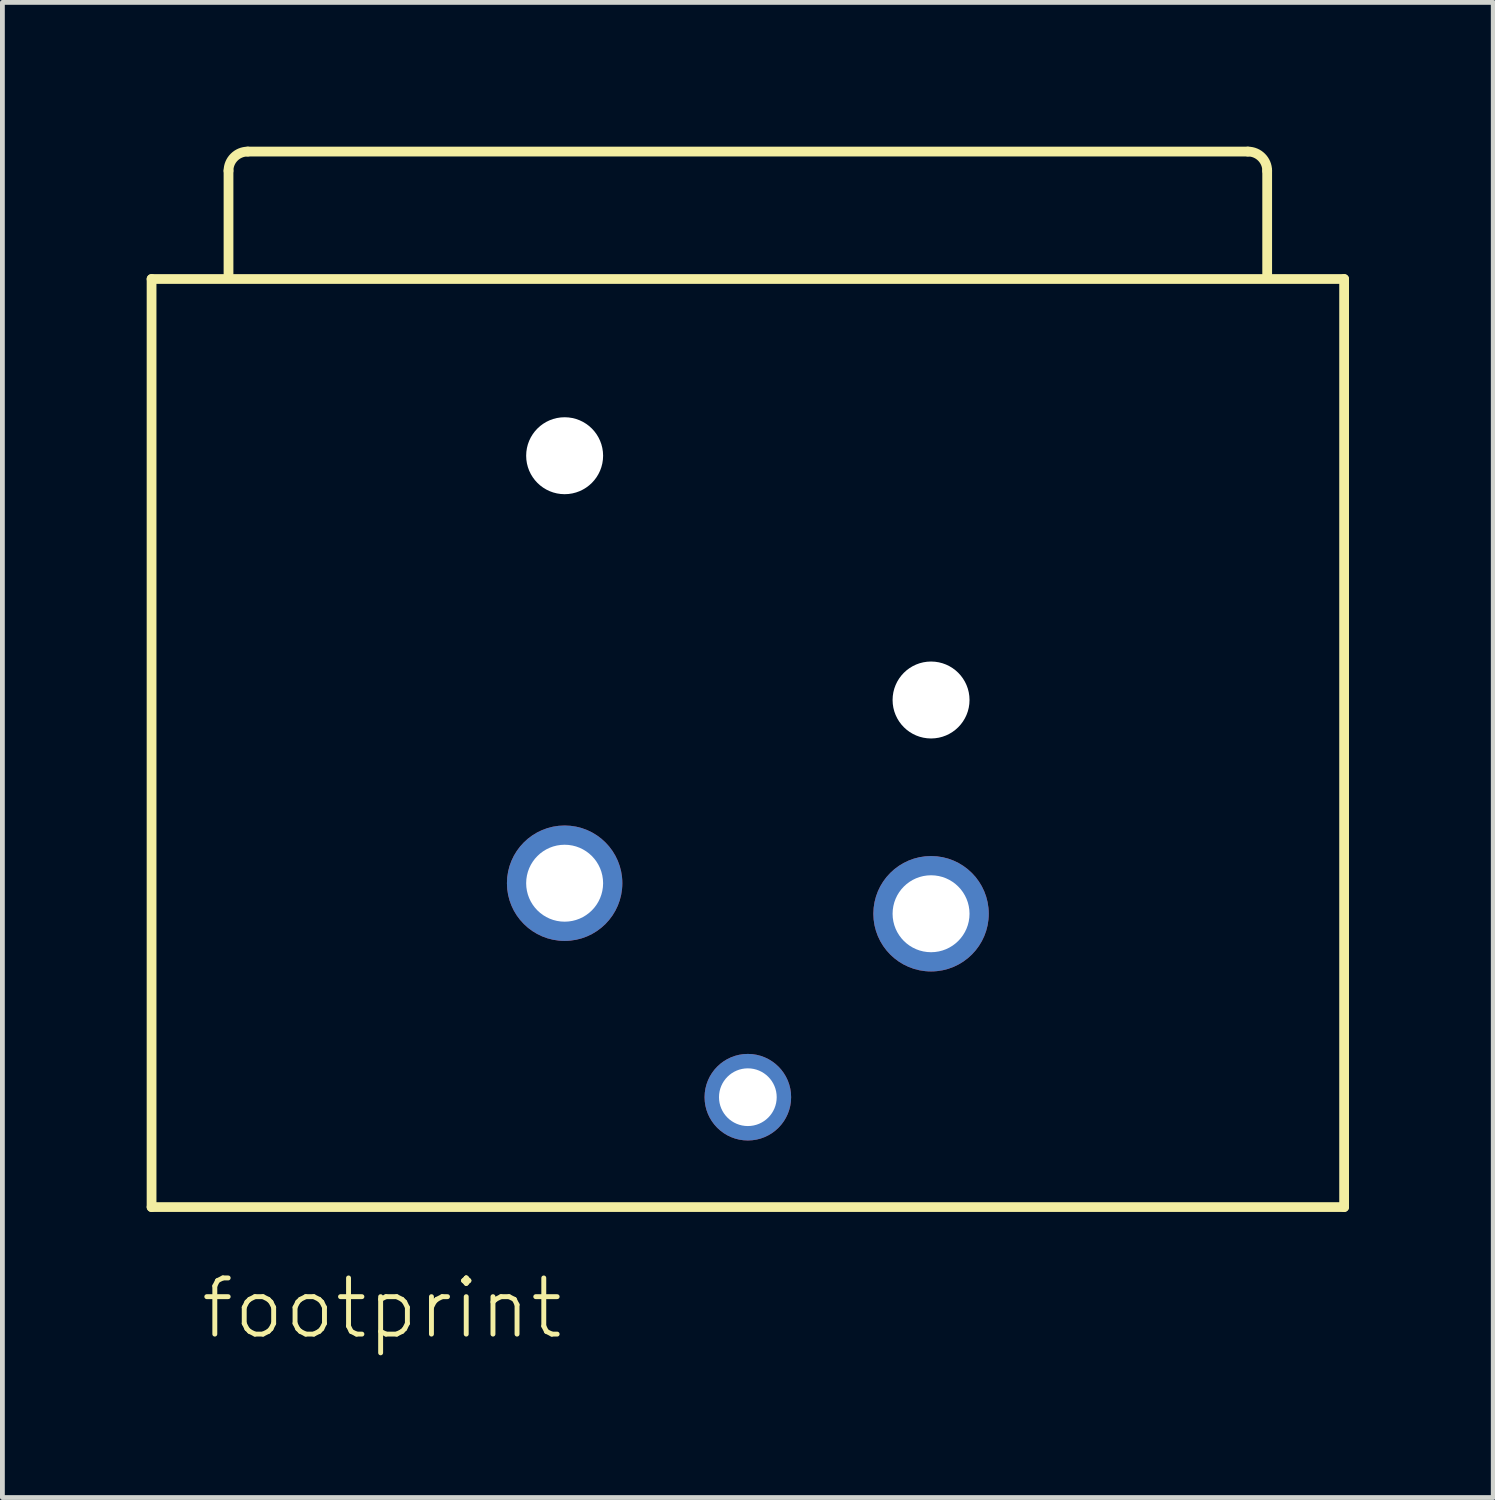
<source format=kicad_pcb>
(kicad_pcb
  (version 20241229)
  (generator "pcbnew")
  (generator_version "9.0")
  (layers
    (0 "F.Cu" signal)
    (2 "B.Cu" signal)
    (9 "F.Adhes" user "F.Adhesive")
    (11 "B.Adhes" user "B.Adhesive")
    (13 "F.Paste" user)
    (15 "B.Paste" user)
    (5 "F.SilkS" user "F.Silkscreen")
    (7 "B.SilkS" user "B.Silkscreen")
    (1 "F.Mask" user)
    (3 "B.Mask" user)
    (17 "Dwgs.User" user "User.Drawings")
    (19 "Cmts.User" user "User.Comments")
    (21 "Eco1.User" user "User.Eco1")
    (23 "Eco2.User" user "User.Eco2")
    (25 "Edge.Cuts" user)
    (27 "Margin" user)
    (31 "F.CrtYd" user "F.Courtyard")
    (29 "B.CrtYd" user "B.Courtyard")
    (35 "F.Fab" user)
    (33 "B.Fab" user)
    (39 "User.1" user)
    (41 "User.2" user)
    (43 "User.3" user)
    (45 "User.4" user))
  (footprint "footprint"
    (layer "F.Cu")
    (at 12.502 15.952)
    (property "Reference" "footprint" (at -11.43 8.89 0) (layer "F.SilkS") (effects (font (size 1.168 1.168) (thickness 0.102)) (justify left bottom)))
    (fp_line (start -12.4 -13.2) (end 12.4 -13.2) (stroke (width 0.203) (type solid)) (layer "F.SilkS"))
    (fp_line (start -12.4 6.1) (end -12.4 -13.2) (stroke (width 0.203) (type solid)) (layer "F.SilkS"))
    (fp_line (start -10.8 -13.3) (end -10.8 -15.45) (stroke (width 0.203) (type solid)) (layer "F.SilkS"))
    (fp_line (start -10.4 -15.85) (end 10.4 -15.85) (stroke (width 0.203) (type solid)) (layer "F.SilkS"))
    (fp_line (start 10.8 -15.45) (end 10.8 -13.3) (stroke (width 0.203) (type solid)) (layer "F.SilkS"))
    (fp_line (start 12.4 -13.2) (end 12.4 6.1) (stroke (width 0.203) (type solid)) (layer "F.SilkS"))
    (fp_line (start 12.4 6.1) (end -12.4 6.1) (stroke (width 0.203) (type solid)) (layer "F.SilkS"))
    (fp_arc (start -10.8 -15.45) (mid -10.682843 -15.732843) (end -10.4 -15.85) (stroke (width 0.2032) (type solid)) (layer "F.SilkS"))
    (fp_arc (start 10.4 -15.85) (mid 10.682843 -15.732843) (end 10.8 -15.45) (stroke (width 0.2032) (type solid)) (layer "F.SilkS"))
    (pad "" np_thru_hole circle (at -3.81 -9.525) (size 1.6 1.6) (drill 1.6) (layers "*.Cu" "*.Mask"))
    (pad "" np_thru_hole circle (at 3.81 -4.445) (size 1.6 1.6) (drill 1.6) (layers "*.Cu" "*.Mask"))
    (pad "1+G" thru_hole circle (at -3.81 -0.635) (size 2.4 2.4) (drill 1.6) (layers "*.Cu" "*.Mask"))
    (pad "2" thru_hole circle (at 3.81 0) (size 2.4 2.4) (drill 1.6) (layers "*.Cu" "*.Mask"))
    (pad "3" thru_hole circle (at 0 3.815) (size 1.8 1.8) (drill 1.2) (layers "*.Cu" "*.Mask")))
  (gr_rect
    (start -3 -3)
    (end 28.003 28.092)
    (stroke (width 0.1) (type default))
    (fill no)
    (layer "Edge.Cuts")))
</source>
